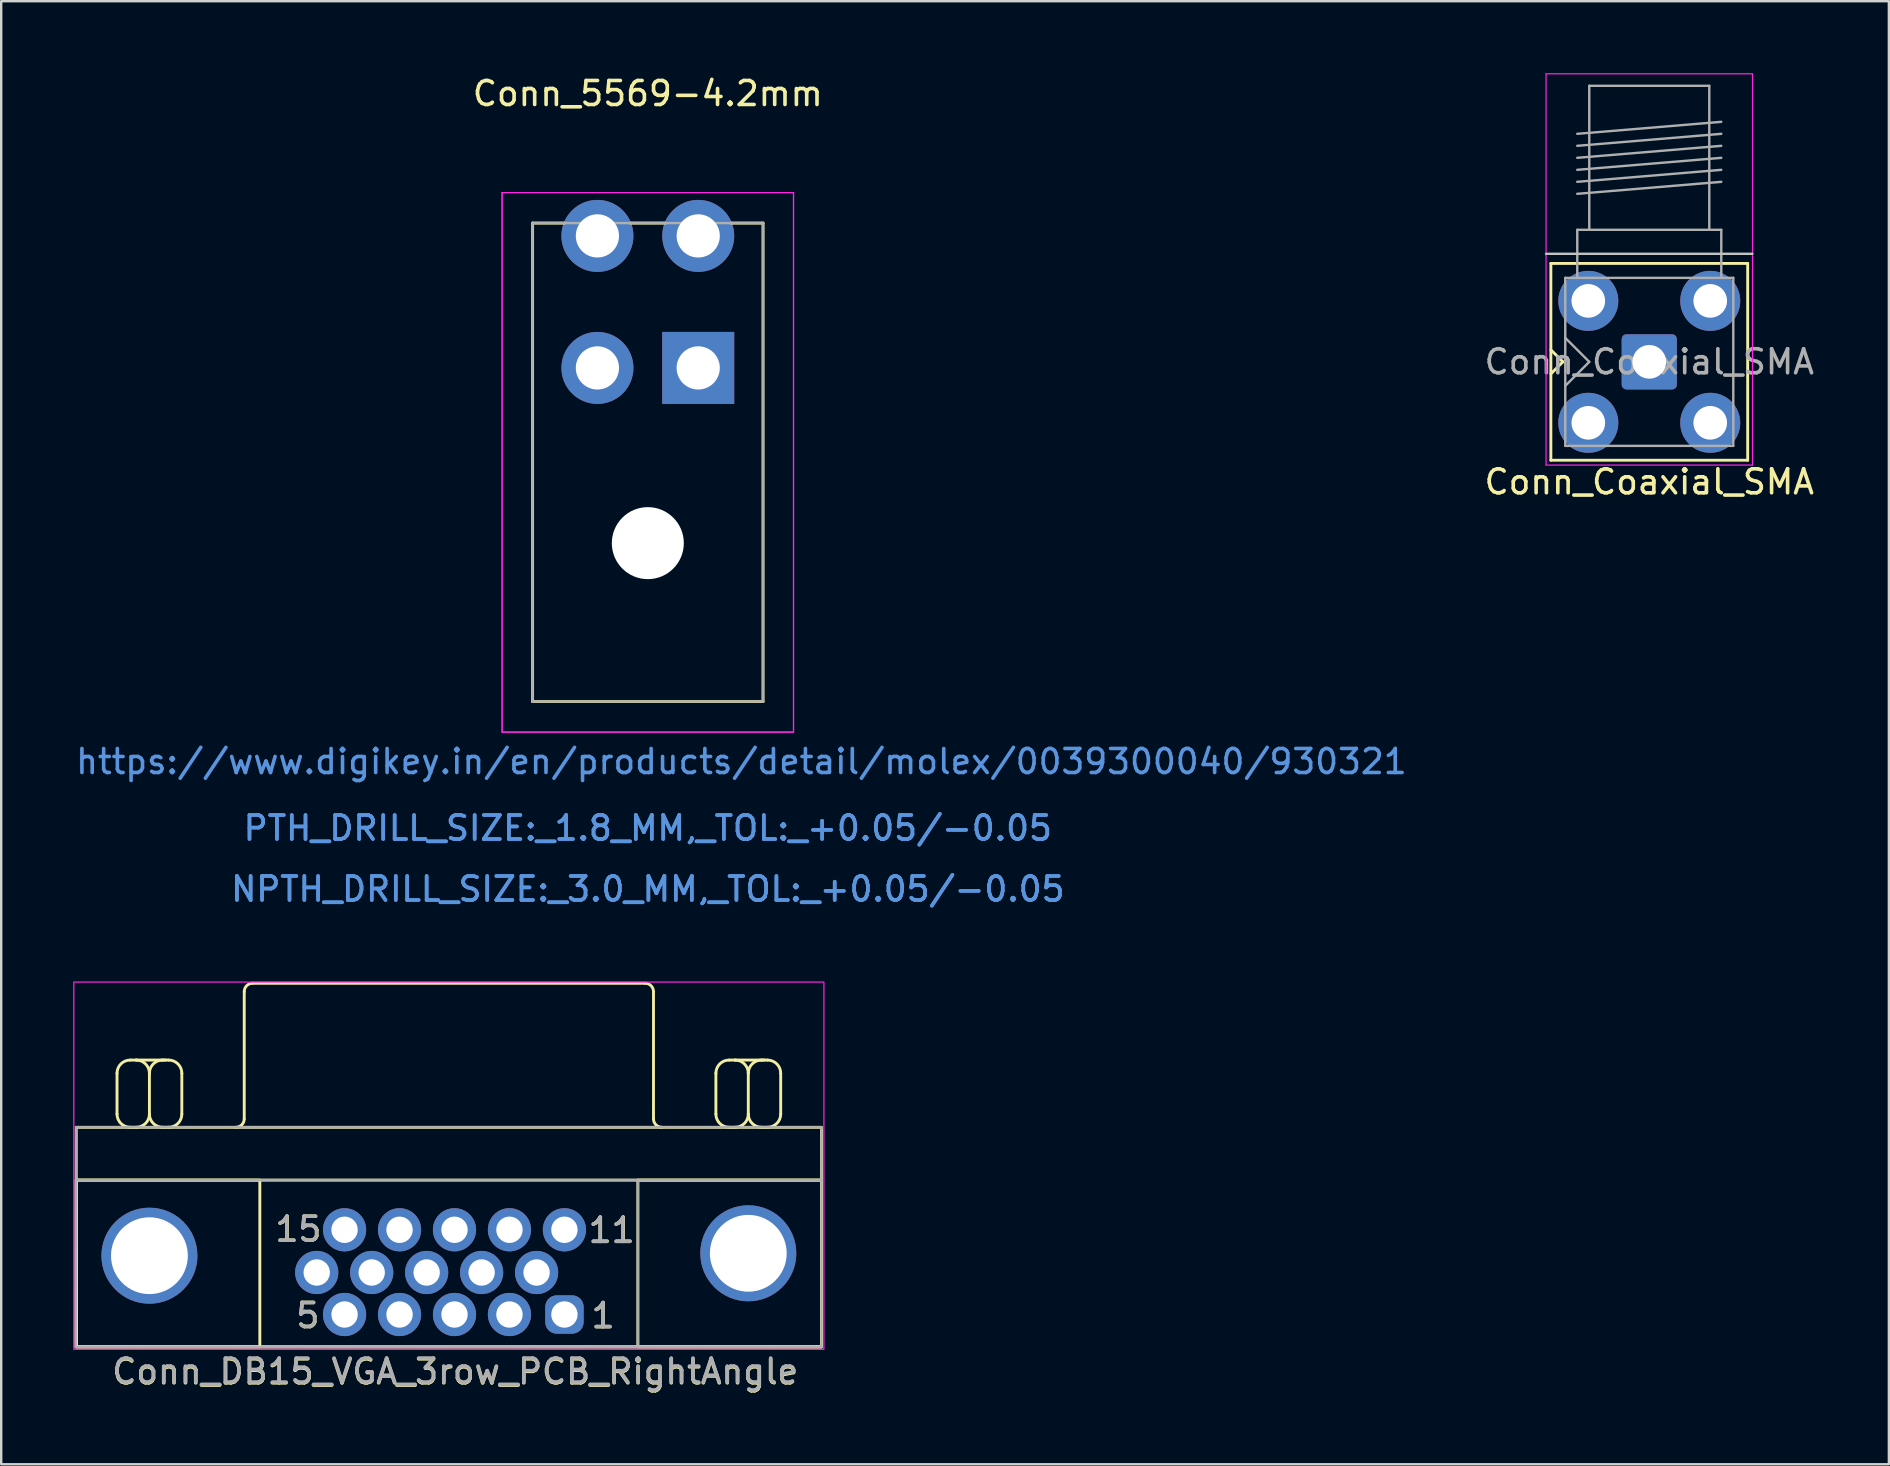
<source format=kicad_pcb>
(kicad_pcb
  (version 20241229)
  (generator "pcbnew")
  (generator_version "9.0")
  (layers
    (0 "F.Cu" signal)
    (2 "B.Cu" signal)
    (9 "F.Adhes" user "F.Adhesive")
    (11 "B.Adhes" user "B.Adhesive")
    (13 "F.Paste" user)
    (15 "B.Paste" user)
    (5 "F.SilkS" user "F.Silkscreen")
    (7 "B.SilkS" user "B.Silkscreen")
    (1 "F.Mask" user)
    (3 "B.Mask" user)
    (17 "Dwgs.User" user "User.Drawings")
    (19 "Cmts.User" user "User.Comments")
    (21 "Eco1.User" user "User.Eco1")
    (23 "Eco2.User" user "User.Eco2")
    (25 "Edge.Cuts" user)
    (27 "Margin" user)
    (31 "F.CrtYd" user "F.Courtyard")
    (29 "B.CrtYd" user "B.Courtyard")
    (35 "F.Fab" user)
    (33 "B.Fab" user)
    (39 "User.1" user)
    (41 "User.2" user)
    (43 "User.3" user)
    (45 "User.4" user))
  (footprint "Conn_5569-4.2mm"
    (layer "F.Cu")
    (at 26.039 12.278)
    (property "Reference" "Conn_5569-4.2mm" (at -2.1 -11.43 0) (layer "F.SilkS") (effects (font (size 1 1) (thickness 0.15))))
    (attr through_hole)
    (fp_line (start -6.9 -6.035) (end -6.9 13.9) (stroke (width 0.12) (type solid)) (layer "F.SilkS"))
    (fp_line (start -6.9 13.9) (end 2.7 13.9) (stroke (width 0.12) (type solid)) (layer "F.SilkS"))
    (fp_line (start -5.569 -6.035) (end -6.9 -6.035) (stroke (width 0.12) (type solid)) (layer "F.SilkS"))
    (fp_line (start -1.369 -6.035) (end -2.831 -6.035) (stroke (width 0.12) (type solid)) (layer "F.SilkS"))
    (fp_line (start 2.7 -6.035) (end 1.369 -6.035) (stroke (width 0.12) (type solid)) (layer "F.SilkS"))
    (fp_line (start 2.7 13.9) (end 2.7 -6.035) (stroke (width 0.12) (type solid)) (layer "F.SilkS"))
    (fp_line (start -8.17 -7.305) (end -8.17 15.17) (stroke (width 0.05) (type solid)) (layer "F.CrtYd"))
    (fp_line (start -8.17 -7.305) (end -8.17 15.17) (stroke (width 0.05) (type solid)) (layer "F.CrtYd"))
    (fp_line (start -8.17 15.17) (end 3.97 15.17) (stroke (width 0.05) (type solid)) (layer "F.CrtYd"))
    (fp_line (start -8.17 15.17) (end 3.97 15.17) (stroke (width 0.05) (type solid)) (layer "F.CrtYd"))
    (fp_line (start 3.97 -7.305) (end -8.17 -7.305) (stroke (width 0.05) (type solid)) (layer "F.CrtYd"))
    (fp_line (start 3.97 -7.305) (end -8.17 -7.305) (stroke (width 0.05) (type solid)) (layer "F.CrtYd"))
    (fp_line (start 3.97 15.17) (end 3.97 -7.305) (stroke (width 0.05) (type solid)) (layer "F.CrtYd"))
    (fp_line (start 3.97 15.17) (end 3.97 -7.305) (stroke (width 0.05) (type solid)) (layer "F.CrtYd"))
    (fp_line (start -6.9 -6.035) (end -6.9 13.9) (stroke (width 0.1) (type solid)) (layer "F.Fab"))
    (fp_line (start -6.9 13.9) (end 2.7 13.9) (stroke (width 0.1) (type solid)) (layer "F.Fab"))
    (fp_line (start 2.7 -6.035) (end -6.9 -6.035) (stroke (width 0.1) (type solid)) (layer "F.Fab"))
    (fp_line (start 2.7 13.9) (end 2.7 -6.035) (stroke (width 0.1) (type solid)) (layer "F.Fab"))
    (fp_text user "NPTH_DRILL_SIZE:_3.0_MM,_TOL:_+0.05/-0.05" (at -2.1 21.712 0) (layer "Cmts.User") (effects (font (size 1 1) (thickness 0.15))))
    (fp_text user "PTH_DRILL_SIZE:_1.8_MM,_TOL:_+0.05/-0.05" (at -2.1 19.172 0) (layer "Cmts.User") (effects (font (size 1 1) (thickness 0.15))))
    (fp_text user "PTH_DRILL_SIZE:_1.8_MM,_TOL:_+0.05/-0.05" (at -2.1 19.172 0) (layer "Cmts.User") (effects (font (size 1 1) (thickness 0.15))))
    (fp_text user "https://www.digikey.in/en/products/detail/molex/0039300040/930321" (at 1.8 16.4 0) (layer "Cmts.User") (effects (font (size 1 1) (thickness 0.15))))
    (fp_text user "NPTH_DRILL_SIZE:_3.0_MM,_TOL:_+0.05/-0.05" (at -2.1 21.712 0) (layer "Cmts.User") (effects (font (size 1 1) (thickness 0.15))))
    (fp_text user "*" (at 0 0 0) (layer "F.Fab") (effects (font (size 1 1) (thickness 0.15))))
    (pad "" np_thru_hole circle (at -2.1 7.3) (size 3 3) (drill 3) (layers "*.Cu" "*.Mask"))
    (pad "1" thru_hole rect (at 0 0) (size 3 3) (drill 1.8) (layers "*.Cu" "*.Mask"))
    (pad "2" thru_hole circle (at -4.2 0) (size 3 3) (drill 1.8) (layers "*.Cu" "*.Mask"))
    (pad "3" thru_hole circle (at 0 -5.5) (size 3 3) (drill 1.8) (layers "*.Cu" "*.Mask"))
    (pad "4" thru_hole circle (at -4.2 -5.5) (size 3 3) (drill 1.8) (layers "*.Cu" "*.Mask")))
  (footprint "Conn_Coaxial_SMA"
    (layer "F.Cu")
    (at 65.661 12.025)
    (property "Reference" "Conn_Coaxial_SMA" (at 0 5 0) (unlocked yes) (layer "F.SilkS") (effects (font (size 1 1) (thickness 0.15))))
    (attr through_hole)
    (fp_line (start -4.1 -4.1) (end -4.1 4.1) (stroke (width 0.12) (type solid)) (layer "F.SilkS"))
    (fp_line (start -4.1 -4.1) (end 4.1 -4.1) (stroke (width 0.12) (type solid)) (layer "F.SilkS"))
    (fp_line (start -4.1 0.5) (end -3.6 0) (stroke (width 0.12) (type solid)) (layer "F.SilkS"))
    (fp_line (start -4.1 4.1) (end 4.1 4.1) (stroke (width 0.12) (type solid)) (layer "F.SilkS"))
    (fp_line (start -3.6 0) (end -4.1 -0.5) (stroke (width 0.12) (type solid)) (layer "F.SilkS"))
    (fp_line (start 4.1 -4.1) (end 4.1 4.1) (stroke (width 0.12) (type solid)) (layer "F.SilkS"))
    (fp_line (start 4.3 -4.5) (end -4.3 -4.5) (stroke (width 0.1) (type solid)) (layer "Dwgs.User"))
    (fp_line (start -4.3 -12) (end -4.3 4.3) (stroke (width 0.05) (type solid)) (layer "F.CrtYd"))
    (fp_line (start -4.3 -12) (end 4.3 -12) (stroke (width 0.05) (type solid)) (layer "F.CrtYd"))
    (fp_line (start 4.3 4.3) (end -4.3 4.3) (stroke (width 0.05) (type solid)) (layer "F.CrtYd"))
    (fp_line (start 4.3 4.3) (end 4.3 -12) (stroke (width 0.05) (type solid)) (layer "F.CrtYd"))
    (fp_line (start -3.5 -3.5) (end -3.5 3.5) (stroke (width 0.1) (type solid)) (layer "F.Fab"))
    (fp_line (start -3.5 -3.5) (end 3.5 -3.5) (stroke (width 0.1) (type solid)) (layer "F.Fab"))
    (fp_line (start -3.5 -1) (end -2.5 0) (stroke (width 0.1) (type solid)) (layer "F.Fab"))
    (fp_line (start -3.5 3.5) (end 3.5 3.5) (stroke (width 0.1) (type solid)) (layer "F.Fab"))
    (fp_line (start -3 -9.5) (end 3 -10) (stroke (width 0.1) (type solid)) (layer "F.Fab"))
    (fp_line (start -3 -9) (end 3 -9.5) (stroke (width 0.1) (type solid)) (layer "F.Fab"))
    (fp_line (start -3 -8.5) (end 3 -9) (stroke (width 0.1) (type solid)) (layer "F.Fab"))
    (fp_line (start -3 -8) (end 3 -8.5) (stroke (width 0.1) (type solid)) (layer "F.Fab"))
    (fp_line (start -3 -7.5) (end 3 -8) (stroke (width 0.1) (type solid)) (layer "F.Fab"))
    (fp_line (start -3 -7) (end 3 -7.5) (stroke (width 0.1) (type solid)) (layer "F.Fab"))
    (fp_line (start -3 -5.5) (end -3 -3.5) (stroke (width 0.1) (type solid)) (layer "F.Fab"))
    (fp_line (start -2.5 -11.5) (end -2.5 -5.5) (stroke (width 0.1) (type solid)) (layer "F.Fab"))
    (fp_line (start -2.5 -11.5) (end 2.5 -11.5) (stroke (width 0.1) (type solid)) (layer "F.Fab"))
    (fp_line (start -2.5 0) (end -3.5 1) (stroke (width 0.1) (type solid)) (layer "F.Fab"))
    (fp_line (start 2.5 -11.5) (end 2.5 -5.5) (stroke (width 0.1) (type solid)) (layer "F.Fab"))
    (fp_line (start 3 -5.5) (end -3 -5.5) (stroke (width 0.1) (type solid)) (layer "F.Fab"))
    (fp_line (start 3 -5.5) (end 3 -3.5) (stroke (width 0.1) (type solid)) (layer "F.Fab"))
    (fp_line (start 3.5 -3.5) (end 3.5 3.5) (stroke (width 0.1) (type solid)) (layer "F.Fab"))
    (fp_text user "${REFERENCE}" (at 0 0 0) (unlocked yes) (layer "F.Fab") (effects (font (size 1 1) (thickness 0.15))))
    (pad "1" thru_hole roundrect (at 0 0) (size 2.3 2.3) (drill 1.4) (layers "*.Cu" "*.Mask") (remove_unused_layers yes) (keep_end_layers yes) (zone_layer_connections) (roundrect_rratio 0.087))
    (pad "2" thru_hole circle (at -2.54 -2.54) (size 2.5 2.5) (drill 1.4) (layers "*.Cu" "*.Mask") (remove_unused_layers yes) (keep_end_layers yes) (zone_layer_connections))
    (pad "2" thru_hole circle (at -2.54 2.54) (size 2.5 2.5) (drill 1.4) (layers "*.Cu" "*.Mask") (remove_unused_layers yes) (keep_end_layers yes) (zone_layer_connections))
    (pad "2" thru_hole circle (at 2.54 -2.54) (size 2.5 2.5) (drill 1.4) (layers "*.Cu" "*.Mask") (remove_unused_layers yes) (keep_end_layers yes) (zone_layer_connections))
    (pad "2" thru_hole circle (at 2.54 2.54) (size 2.5 2.5) (drill 1.4) (layers "*.Cu" "*.Mask") (remove_unused_layers yes) (keep_end_layers yes) (zone_layer_connections)))
  (footprint "Conn_DB15_VGA_3row_PCB_RightAngle"
    (layer "F.Cu")
    (at 16.025 50.164)
    (property "Reference" "Conn_DB15_VGA_3row_PCB_RightAngle" (at -0.11 3.94 0) (unlocked yes) (layer "F.SilkS") (effects (font (size 1 1) (thickness 0.15))))
    (attr through_hole)
    (fp_line (start -14.2 -6.8) (end -14.2 -8.5) (stroke (width 0.12) (type solid)) (layer "F.SilkS"))
    (fp_line (start -13.65 -6.25) (end -13.4 -6.25) (stroke (width 0.12) (type solid)) (layer "F.SilkS"))
    (fp_line (start -13.4 -9.05) (end -13.65 -9.05) (stroke (width 0.12) (type solid)) (layer "F.SilkS"))
    (fp_line (start -13.4 -9.05) (end -12.175 -9.05) (stroke (width 0.12) (type solid)) (layer "F.SilkS"))
    (fp_line (start -12.85 -8.5) (end -12.85 -6.8) (stroke (width 0.12) (type solid)) (layer "F.SilkS"))
    (fp_line (start -12.3 -6.25) (end -12.05 -6.25) (stroke (width 0.12) (type solid)) (layer "F.SilkS"))
    (fp_line (start -12.05 -9.05) (end -12.3 -9.05) (stroke (width 0.12) (type solid)) (layer "F.SilkS"))
    (fp_line (start -11.5 -8.5) (end -11.5 -6.8) (stroke (width 0.12) (type solid)) (layer "F.SilkS"))
    (fp_line (start -8.9 -6.6) (end -8.9 -11.9) (stroke (width 0.12) (type solid)) (layer "F.SilkS"))
    (fp_line (start -8.55 -12.25) (end 7.8 -12.25) (stroke (width 0.12) (type solid)) (layer "F.SilkS"))
    (fp_line (start 8.15 -11.9) (end 8.15 -6.6) (stroke (width 0.12) (type solid)) (layer "F.SilkS"))
    (fp_line (start 10.75 -6.8) (end 10.75 -8.5) (stroke (width 0.12) (type solid)) (layer "F.SilkS"))
    (fp_line (start 11.3 -6.25) (end 11.55 -6.25) (stroke (width 0.12) (type solid)) (layer "F.SilkS"))
    (fp_line (start 11.55 -9.05) (end 11.3 -9.05) (stroke (width 0.12) (type solid)) (layer "F.SilkS"))
    (fp_line (start 11.55 -9.05) (end 12.775 -9.05) (stroke (width 0.12) (type solid)) (layer "F.SilkS"))
    (fp_line (start 12.1 -8.5) (end 12.1 -6.8) (stroke (width 0.12) (type solid)) (layer "F.SilkS"))
    (fp_line (start 12.65 -6.25) (end 12.9 -6.25) (stroke (width 0.12) (type solid)) (layer "F.SilkS"))
    (fp_line (start 12.9 -9.05) (end 12.65 -9.05) (stroke (width 0.12) (type solid)) (layer "F.SilkS"))
    (fp_line (start 13.45 -8.5) (end 13.45 -6.8) (stroke (width 0.12) (type solid)) (layer "F.SilkS"))
    (fp_rect (start -15.9 -6.25) (end 15.15 2.9) (stroke (width 0.12) (type solid)) (fill no) (layer "F.SilkS"))
    (fp_rect (start -15.9 -4.05) (end -8.25 2.9) (stroke (width 0.12) (type solid)) (fill no) (layer "F.SilkS"))
    (fp_rect (start -15.9 -4.05) (end 15.15 2.9) (stroke (width 0.12) (type solid)) (fill no) (layer "F.SilkS"))
    (fp_rect (start 7.5 -4.05) (end 15.15 2.9) (stroke (width 0.12) (type solid)) (fill no) (layer "F.SilkS"))
    (fp_arc (start -14.2 -8.5) (mid -14.038909 -8.888909) (end -13.65 -9.05) (stroke (width 0.12) (type solid)) (layer "F.SilkS"))
    (fp_arc (start -13.65 -6.25) (mid -14.038909 -6.411091) (end -14.2 -6.8) (stroke (width 0.12) (type solid)) (layer "F.SilkS"))
    (fp_arc (start -13.4 -9.05) (mid -13.011091 -8.888909) (end -12.85 -8.5) (stroke (width 0.12) (type solid)) (layer "F.SilkS"))
    (fp_arc (start -12.85 -8.5) (mid -12.688909 -8.888909) (end -12.3 -9.05) (stroke (width 0.12) (type solid)) (layer "F.SilkS"))
    (fp_arc (start -12.85 -6.8) (mid -13.011091 -6.411091) (end -13.4 -6.25) (stroke (width 0.12) (type solid)) (layer "F.SilkS"))
    (fp_arc (start -12.3 -6.25) (mid -12.688909 -6.411091) (end -12.85 -6.8) (stroke (width 0.12) (type solid)) (layer "F.SilkS"))
    (fp_arc (start -12.05 -9.05) (mid -11.661091 -8.888909) (end -11.5 -8.5) (stroke (width 0.12) (type solid)) (layer "F.SilkS"))
    (fp_arc (start -11.5 -6.8) (mid -11.661091 -6.411091) (end -12.05 -6.25) (stroke (width 0.12) (type solid)) (layer "F.SilkS"))
    (fp_arc (start -8.9 -11.9) (mid -8.797487 -12.147487) (end -8.55 -12.25) (stroke (width 0.12) (type solid)) (layer "F.SilkS"))
    (fp_arc (start -8.9 -6.6) (mid -9.002513 -6.352513) (end -9.25 -6.25) (stroke (width 0.12) (type solid)) (layer "F.SilkS"))
    (fp_arc (start 7.8 -12.25) (mid 8.047487 -12.147487) (end 8.15 -11.9) (stroke (width 0.12) (type solid)) (layer "F.SilkS"))
    (fp_arc (start 8.5 -6.25) (mid 8.252513 -6.352513) (end 8.15 -6.6) (stroke (width 0.12) (type solid)) (layer "F.SilkS"))
    (fp_arc (start 10.75 -8.5) (mid 10.911091 -8.888909) (end 11.3 -9.05) (stroke (width 0.12) (type solid)) (layer "F.SilkS"))
    (fp_arc (start 11.3 -6.25) (mid 10.911091 -6.411091) (end 10.75 -6.8) (stroke (width 0.12) (type solid)) (layer "F.SilkS"))
    (fp_arc (start 11.55 -9.05) (mid 11.938909 -8.888909) (end 12.1 -8.5) (stroke (width 0.12) (type solid)) (layer "F.SilkS"))
    (fp_arc (start 12.1 -8.5) (mid 12.261091 -8.888909) (end 12.65 -9.05) (stroke (width 0.12) (type solid)) (layer "F.SilkS"))
    (fp_arc (start 12.1 -6.8) (mid 11.938909 -6.411091) (end 11.55 -6.25) (stroke (width 0.12) (type solid)) (layer "F.SilkS"))
    (fp_arc (start 12.65 -6.25) (mid 12.261091 -6.411091) (end 12.1 -6.8) (stroke (width 0.12) (type solid)) (layer "F.SilkS"))
    (fp_arc (start 12.9 -9.05) (mid 13.288909 -8.888909) (end 13.45 -8.5) (stroke (width 0.12) (type solid)) (layer "F.SilkS"))
    (fp_arc (start 13.45 -6.8) (mid 13.288909 -6.411091) (end 12.9 -6.25) (stroke (width 0.12) (type solid)) (layer "F.SilkS"))
    (fp_rect (start -16 3) (end 15.25 -12.3) (stroke (width 0.05) (type solid)) (fill no) (layer "F.CrtYd"))
    (fp_line (start -15.925 2.9) (end -15.9 -6.25) (stroke (width 0.1) (type solid)) (layer "F.Fab"))
    (fp_line (start -15.9 -6.25) (end 15.15 -6.25) (stroke (width 0.1) (type solid)) (layer "F.Fab"))
    (fp_line (start -15.9 -4.05) (end 15.15 -4.05) (stroke (width 0.1) (type solid)) (layer "F.Fab"))
    (fp_line (start 7.5 -4.05) (end 7.5 2.9) (stroke (width 0.1) (type solid)) (layer "F.Fab"))
    (fp_line (start 9.95 2.9) (end -15.925 2.9) (stroke (width 0.1) (type solid)) (layer "F.Fab"))
    (fp_line (start 15.15 -6.25) (end 15.15 2.9) (stroke (width 0.1) (type solid)) (layer "F.Fab"))
    (fp_line (start 15.15 2.9) (end 9.95 2.9) (stroke (width 0.1) (type solid)) (layer "F.Fab"))
    (fp_text user "1" (at 6.05 1.6 0) (unlocked yes) (layer "F.SilkS") (effects (font (size 1 1) (thickness 0.15))))
    (fp_text user "11" (at 6.41 -1.96 0) (unlocked yes) (layer "F.SilkS") (effects (font (size 1 1) (thickness 0.15))))
    (fp_text user "15" (at -6.64 -2 0) (unlocked yes) (layer "F.SilkS") (effects (font (size 1 1) (thickness 0.15))))
    (fp_text user "5" (at -6.25 1.59 0) (unlocked yes) (layer "F.SilkS") (effects (font (size 1 1) (thickness 0.15))))
    (fp_text user "11" (at 6.4 -1.95 0) (unlocked yes) (layer "F.Fab") (effects (font (size 1 1) (thickness 0.15))))
    (fp_text user "1" (at 6.05 1.6 0) (unlocked yes) (layer "F.Fab") (effects (font (size 1 1) (thickness 0.15))))
    (fp_text user "5" (at -6.25 1.6 0) (unlocked yes) (layer "F.Fab") (effects (font (size 1 1) (thickness 0.15))))
    (fp_text user "15" (at -6.65 -2 0) (unlocked yes) (layer "F.Fab") (effects (font (size 1 1) (thickness 0.15))))
    (fp_text user "${REFERENCE}" (at -0.11 3.91 0) (unlocked yes) (layer "F.Fab") (effects (font (size 1 1) (thickness 0.15))))
    (pad "0" thru_hole circle (at -12.85 -0.9) (size 4 4) (drill 3.2) (layers "*.Cu" "*.Mask"))
    (pad "0" thru_hole circle (at 12.1 -1) (size 4 4) (drill 3.2) (layers "*.Cu" "*.Mask"))
    (pad "1" thru_hole roundrect (at 4.44 1.55) (size 1.6 1.6) (drill 1.1) (layers "*.Cu" "*.Mask") (roundrect_rratio 0.3))
    (pad "2" thru_hole circle (at 2.15 1.55) (size 1.8 1.8) (drill 1.1) (layers "*.Cu" "*.Mask"))
    (pad "3" thru_hole circle (at -0.14 1.55) (size 1.8 1.8) (drill 1.1) (layers "*.Cu" "*.Mask"))
    (pad "4" thru_hole circle (at -2.43 1.55) (size 1.8 1.8) (drill 1.1) (layers "*.Cu" "*.Mask"))
    (pad "5" thru_hole circle (at -4.72 1.55) (size 1.8 1.8) (drill 1.1) (layers "*.Cu" "*.Mask"))
    (pad "6" thru_hole circle (at 3.28 -0.2) (size 1.8 1.8) (drill 1.1) (layers "*.Cu" "*.Mask"))
    (pad "7" thru_hole circle (at 0.99 -0.2) (size 1.8 1.8) (drill 1.1) (layers "*.Cu" "*.Mask"))
    (pad "8" thru_hole circle (at -1.3 -0.2) (size 1.8 1.8) (drill 1.1) (layers "*.Cu" "*.Mask"))
    (pad "9" thru_hole circle (at -3.59 -0.2) (size 1.8 1.8) (drill 1.1) (layers "*.Cu" "*.Mask"))
    (pad "10" thru_hole circle (at -5.88 -0.2) (size 1.8 1.8) (drill 1.1) (layers "*.Cu" "*.Mask"))
    (pad "11" thru_hole circle (at 4.44 -1.98) (size 1.8 1.8) (drill 1.1) (layers "*.Cu" "*.Mask"))
    (pad "12" thru_hole circle (at 2.15 -1.98) (size 1.8 1.8) (drill 1.1) (layers "*.Cu" "*.Mask"))
    (pad "13" thru_hole circle (at -0.14 -1.98) (size 1.8 1.8) (drill 1.1) (layers "*.Cu" "*.Mask"))
    (pad "14" thru_hole circle (at -2.43 -1.98) (size 1.8 1.8) (drill 1.1) (layers "*.Cu" "*.Mask"))
    (pad "15" thru_hole circle (at -4.72 -1.98) (size 1.8 1.8) (drill 1.1) (layers "*.Cu" "*.Mask")))
  (gr_rect
    (start -3 -3)
    (end 75.643 57.952)
    (stroke (width 0.1) (type default))
    (fill no)
    (layer "Edge.Cuts")))
</source>
